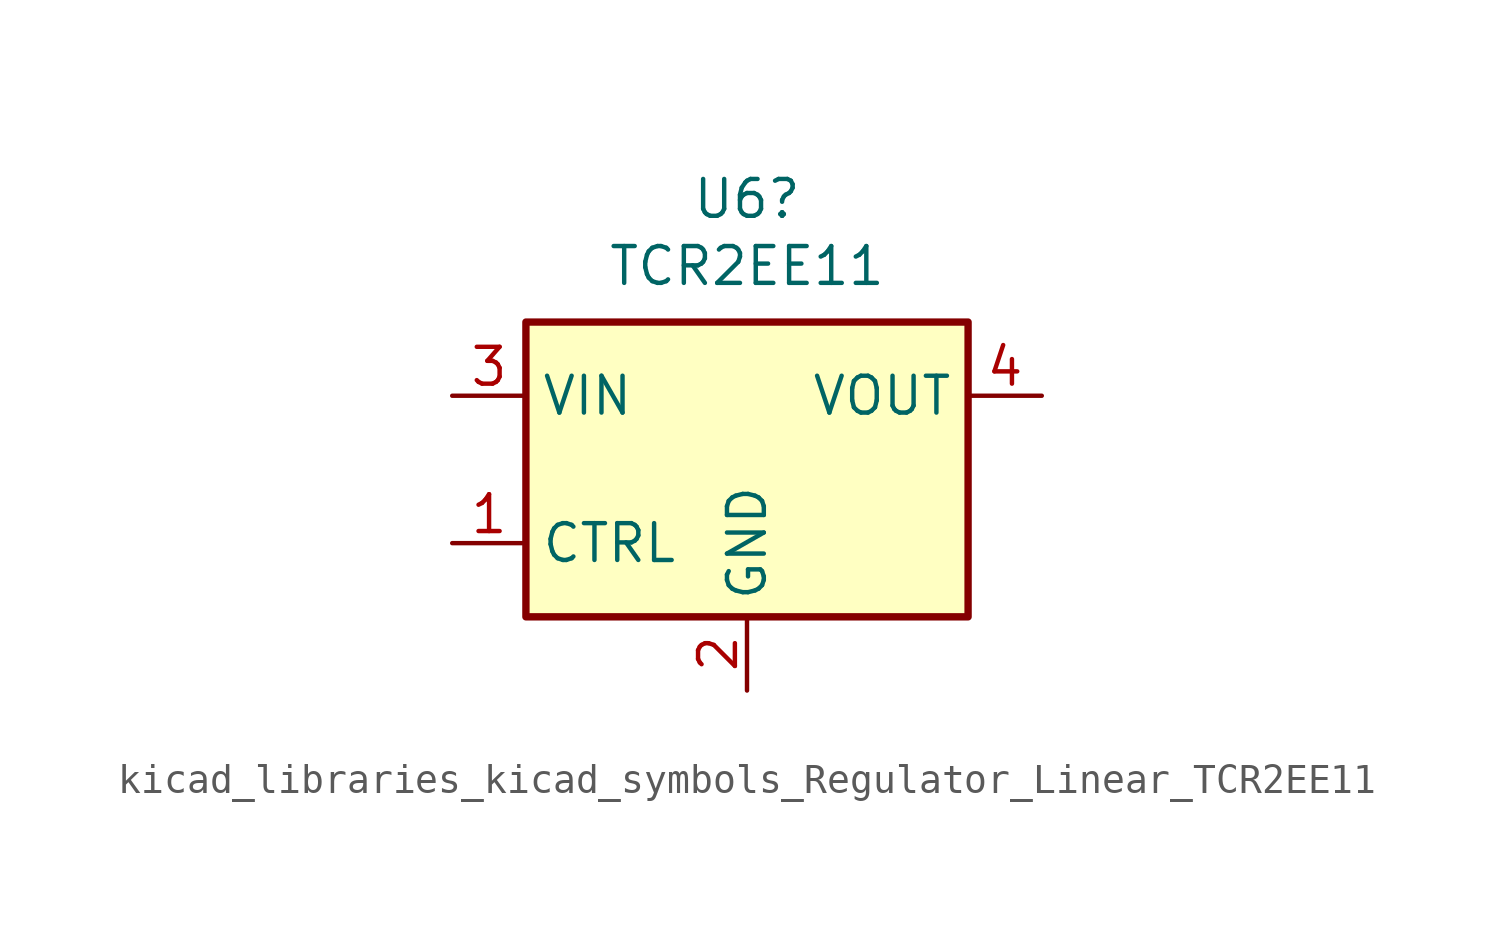
<source format=kicad_sym>
(kicad_symbol_lib
  (version 20220914)
  (generator kicad_symbol_editor)
  (symbol "kicad_libraries_kicad_symbols_Regulator_Linear_TCR2EE11"
    (property "Reference" "U6"
      (at 0 9.322 0)
      (effects (font (size 1.27 1.27))))
    (property "Value" "TCR2EE11"
      (at 0 7.01 0)
      (effects (font (size 1.27 1.27))))
    (symbol "kicad_libraries_kicad_symbols_Regulator_Linear_TCR2EE11_0_1"
      (rectangle (start -7.62 -5.08) (end 7.62 5.08) (stroke (width 0.254) (type default)) (fill (type background))))
    (symbol "kicad_libraries_kicad_symbols_Regulator_Linear_TCR2EE11_1_1"
      (pin input line (at -10.16 -2.54 0) (length 2.54) (name "CTRL" (effects (font (size 1.27 1.27)))) (number "1" (effects (font (size 1.27 1.27)))))
      (pin power_in line (at 0 -7.62 90) (length 2.54) (name "GND" (effects (font (size 1.27 1.27)))) (number "2" (effects (font (size 1.27 1.27)))))
      (pin power_in line (at -10.16 2.54 0) (length 2.54) (name "VIN" (effects (font (size 1.27 1.27)))) (number "3" (effects (font (size 1.27 1.27)))))
      (pin power_out line (at 10.16 2.54 180) (length 2.54) (name "VOUT" (effects (font (size 1.27 1.27)))) (number "4" (effects (font (size 1.27 1.27)))))
      (pin no_connect line (at 7.62 -2.54 180) (length 2.54) hide (name "NC" (effects (font (size 1.27 1.27)))) (number "5" (effects (font (size 1.27 1.27))))))))
</source>
